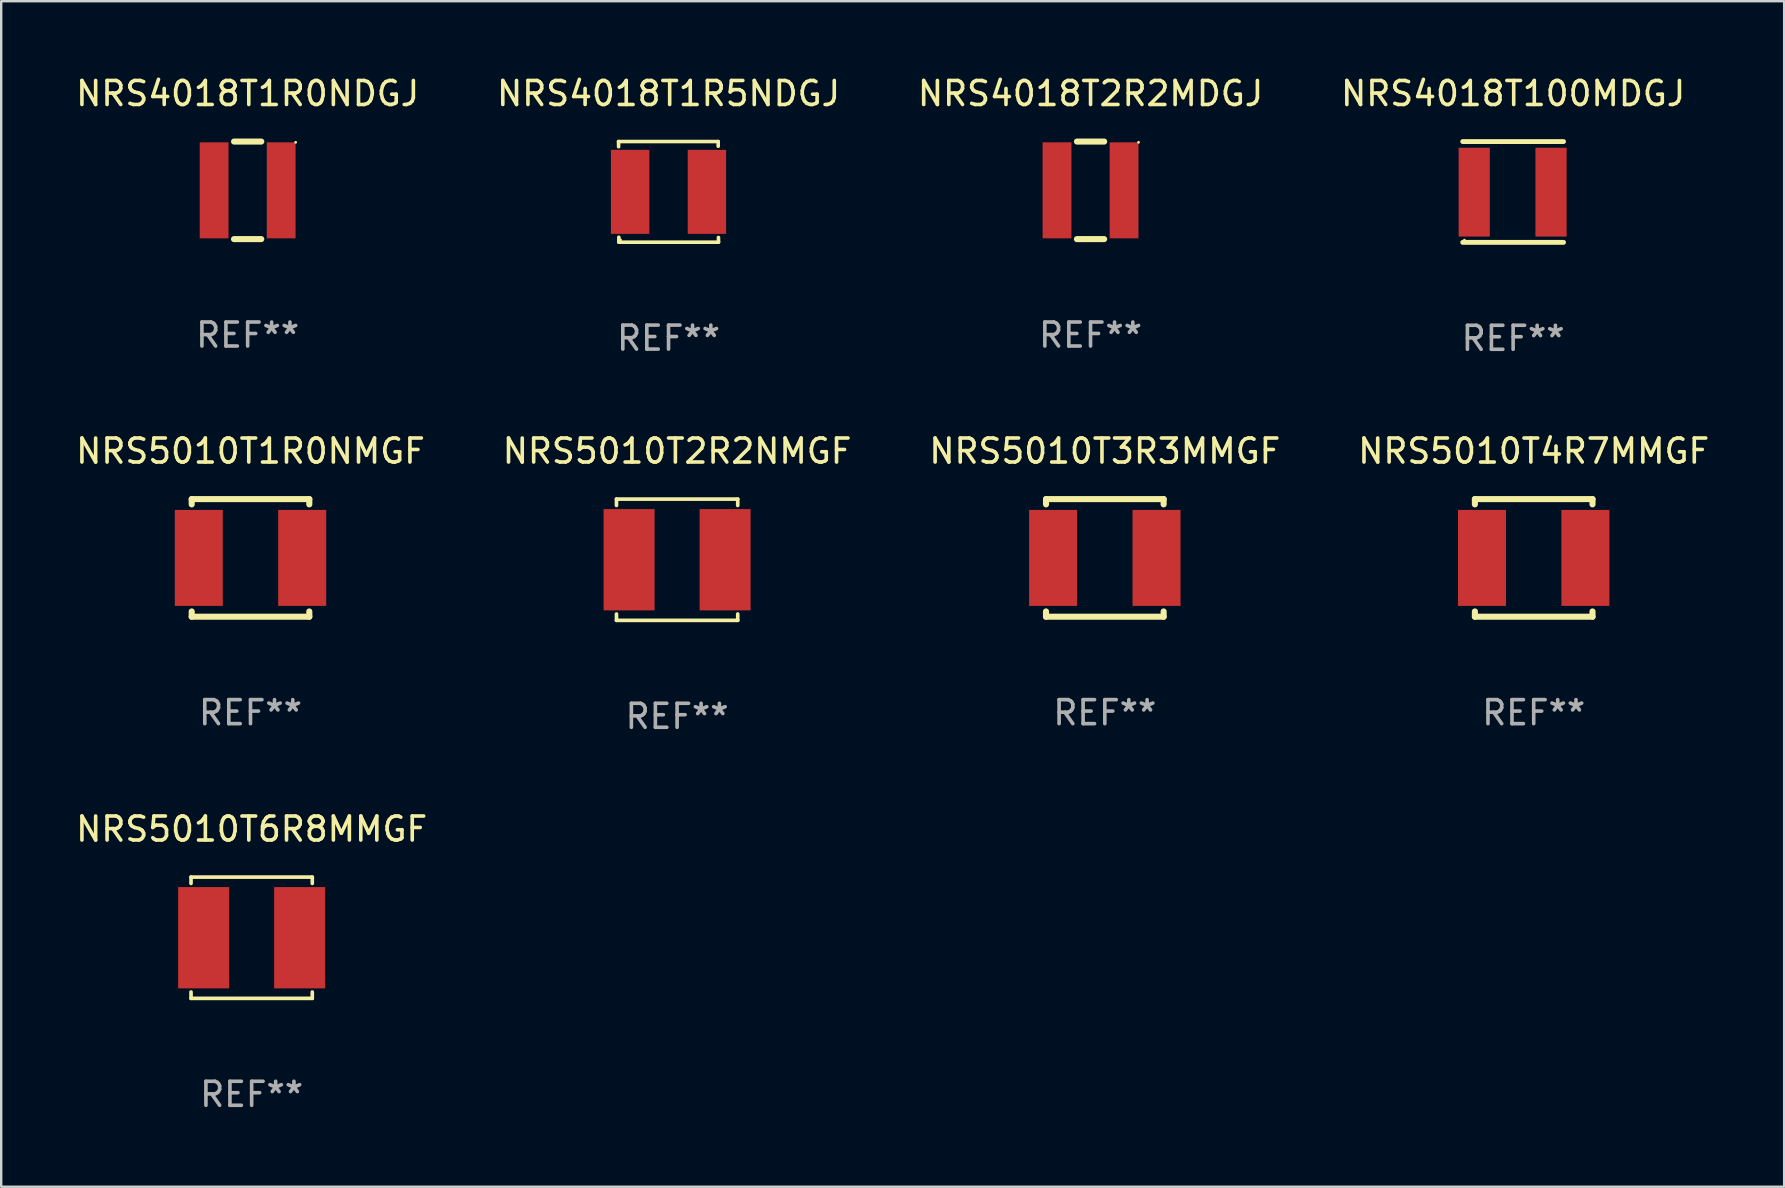
<source format=kicad_pcb>
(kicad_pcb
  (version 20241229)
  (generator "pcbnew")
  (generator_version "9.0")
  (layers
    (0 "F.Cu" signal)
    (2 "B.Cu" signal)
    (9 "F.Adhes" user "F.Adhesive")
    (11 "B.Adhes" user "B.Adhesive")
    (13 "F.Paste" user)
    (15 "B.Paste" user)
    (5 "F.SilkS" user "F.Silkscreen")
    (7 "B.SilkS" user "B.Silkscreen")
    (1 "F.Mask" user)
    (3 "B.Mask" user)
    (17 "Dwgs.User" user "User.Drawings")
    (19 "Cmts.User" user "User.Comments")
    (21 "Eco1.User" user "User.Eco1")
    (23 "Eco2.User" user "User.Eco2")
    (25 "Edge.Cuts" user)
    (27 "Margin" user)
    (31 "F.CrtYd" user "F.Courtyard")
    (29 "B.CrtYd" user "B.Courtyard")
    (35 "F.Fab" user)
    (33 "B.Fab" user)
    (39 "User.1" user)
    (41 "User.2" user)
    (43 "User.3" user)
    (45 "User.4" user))
  (footprint "NRS5010T4R7MMGF"
    (layer "F.Cu")
    (at 60.851 20.195)
    (property "Reference" "NRS5010T4R7MMGF" (at 0 -4.45 0) (layer "F.SilkS") (effects (font (size 1 1) (thickness 0.15))))
    (attr through_hole)
    (fp_line (start -2.45 -2.45) (end 2.45 -2.45) (stroke (width 0.254) (type solid)) (layer "F.SilkS"))
    (fp_line (start -2.45 -2.231) (end -2.45 -2.45) (stroke (width 0.254) (type solid)) (layer "F.SilkS"))
    (fp_line (start -2.45 2.45) (end -2.45 2.231) (stroke (width 0.254) (type solid)) (layer "F.SilkS"))
    (fp_line (start -2.45 2.45) (end 2.45 2.45) (stroke (width 0.254) (type solid)) (layer "F.SilkS"))
    (fp_line (start 2.45 -2.45) (end 2.45 -2.231) (stroke (width 0.254) (type solid)) (layer "F.SilkS"))
    (fp_line (start 2.45 2.231) (end 2.45 2.45) (stroke (width 0.254) (type solid)) (layer "F.SilkS"))
    (fp_circle (center -2.45 2.45) (end -2.42 2.45) (stroke (width 0.06) (type solid)) (fill no) (layer "F.SilkS"))
    (fp_text user "REF**" (at 0 6.45 0) (layer "F.Fab") (effects (font (size 1 1) (thickness 0.15))))
    (pad "1" smd rect (at -2.154 0) (size 2 4) (layers "F.Cu" "F.Mask" "F.Paste"))
    (pad "2" smd rect (at 2.154 0) (size 2 4) (layers "F.Cu" "F.Mask" "F.Paste")))
  (footprint "NRS5010T2R2NMGF"
    (layer "F.Cu")
    (at 25.161 20.271)
    (property "Reference" "NRS5010T2R2NMGF" (at 0 -4.526 0) (layer "F.SilkS") (effects (font (size 1 1) (thickness 0.15))))
    (attr through_hole)
    (fp_line (start -2.526 -2.526) (end 2.526 -2.526) (stroke (width 0.152) (type solid)) (layer "F.SilkS"))
    (fp_line (start -2.526 -2.262) (end -2.526 -2.526) (stroke (width 0.152) (type solid)) (layer "F.SilkS"))
    (fp_line (start -2.526 2.262) (end -2.526 2.526) (stroke (width 0.152) (type solid)) (layer "F.SilkS"))
    (fp_line (start -2.526 2.526) (end 2.526 2.526) (stroke (width 0.152) (type solid)) (layer "F.SilkS"))
    (fp_line (start 2.526 -2.526) (end 2.526 -2.262) (stroke (width 0.152) (type solid)) (layer "F.SilkS"))
    (fp_line (start 2.526 2.526) (end 2.526 2.262) (stroke (width 0.152) (type solid)) (layer "F.SilkS"))
    (fp_circle (center 2.5 -2.5) (end 2.53 -2.5) (stroke (width 0.06) (type solid)) (fill no) (layer "F.SilkS"))
    (fp_text user "REF**" (at 0 6.526 0) (layer "F.Fab") (effects (font (size 1 1) (thickness 0.15))))
    (pad "1" smd rect (at 2 0) (size 2.124 4.22) (layers "F.Cu" "F.Mask" "F.Paste"))
    (pad "2" smd rect (at -2 0) (size 2.124 4.22) (layers "F.Cu" "F.Mask" "F.Paste")))
  (footprint "NRS5010T1R0NMGF"
    (layer "F.Cu")
    (at 7.387 20.195)
    (property "Reference" "NRS5010T1R0NMGF" (at 0 -4.45 0) (layer "F.SilkS") (effects (font (size 1 1) (thickness 0.15))))
    (attr through_hole)
    (fp_line (start -2.45 -2.45) (end 2.45 -2.45) (stroke (width 0.254) (type solid)) (layer "F.SilkS"))
    (fp_line (start -2.45 -2.231) (end -2.45 -2.45) (stroke (width 0.254) (type solid)) (layer "F.SilkS"))
    (fp_line (start -2.45 2.45) (end -2.45 2.231) (stroke (width 0.254) (type solid)) (layer "F.SilkS"))
    (fp_line (start -2.45 2.45) (end 2.45 2.45) (stroke (width 0.254) (type solid)) (layer "F.SilkS"))
    (fp_line (start 2.45 -2.45) (end 2.45 -2.231) (stroke (width 0.254) (type solid)) (layer "F.SilkS"))
    (fp_line (start 2.45 2.231) (end 2.45 2.45) (stroke (width 0.254) (type solid)) (layer "F.SilkS"))
    (fp_circle (center -2.45 2.45) (end -2.42 2.45) (stroke (width 0.06) (type solid)) (fill no) (layer "F.SilkS"))
    (fp_text user "REF**" (at 0 6.45 0) (layer "F.Fab") (effects (font (size 1 1) (thickness 0.15))))
    (pad "1" smd rect (at -2.154 0) (size 2 4) (layers "F.Cu" "F.Mask" "F.Paste"))
    (pad "2" smd rect (at 2.154 0) (size 2 4) (layers "F.Cu" "F.Mask" "F.Paste")))
  (footprint "NRS4018T1R0NDGJ"
    (layer "F.Cu")
    (at 7.268 4.88)
    (property "Reference" "NRS4018T1R0NDGJ" (at 0 -4.032 0) (layer "F.SilkS") (effects (font (size 1 1) (thickness 0.15))))
    (attr through_hole)
    (fp_line (start -0.568 2.032) (end 0.566 2.032) (stroke (width 0.254) (type solid)) (layer "F.SilkS"))
    (fp_line (start -0.566 -2.032) (end 0.568 -2.032) (stroke (width 0.254) (type solid)) (layer "F.SilkS"))
    (fp_circle (center 2 -2) (end 2.03 -2) (stroke (width 0.06) (type solid)) (fill no) (layer "F.SilkS"))
    (fp_text user "REF**" (at 0 6.032 0) (layer "F.Fab") (effects (font (size 1 1) (thickness 0.15))))
    (pad "1" smd rect (at 1.397 0) (size 1.2 4) (layers "F.Cu" "F.Mask" "F.Paste"))
    (pad "2" smd rect (at -1.397 0) (size 1.2 4) (layers "F.Cu" "F.Mask" "F.Paste")))
  (footprint "NRS4018T100MDGJ"
    (layer "F.Cu")
    (at 59.994 4.948)
    (property "Reference" "NRS4018T100MDGJ" (at 0 -4.1 0) (layer "F.SilkS") (effects (font (size 1 1) (thickness 0.15))))
    (attr through_hole)
    (fp_line (start -2.1 -2.1) (end 2.1 -2.1) (stroke (width 0.203) (type solid)) (layer "F.SilkS"))
    (fp_line (start -2.1 2.1) (end 2.1 2.1) (stroke (width 0.203) (type solid)) (layer "F.SilkS"))
    (fp_circle (center -2.03 2.008) (end -2 2.008) (stroke (width 0.06) (type solid)) (fill no) (layer "F.SilkS"))
    (fp_text user "REF**" (at 0 6.1 0) (layer "F.Fab") (effects (font (size 1 1) (thickness 0.15))))
    (pad "1" smd rect (at -1.621 0.008 90) (size 3.7 1.3) (layers "F.Cu" "F.Mask" "F.Paste"))
    (pad "2" smd rect (at 1.579 0.008 90) (size 3.7 1.3) (layers "F.Cu" "F.Mask" "F.Paste")))
  (footprint "NRS4018T1R5NDGJ"
    (layer "F.Cu")
    (at 24.804 4.944)
    (property "Reference" "NRS4018T1R5NDGJ" (at 0 -4.096 0) (layer "F.SilkS") (effects (font (size 1 1) (thickness 0.15))))
    (attr through_hole)
    (fp_line (start -2.083 -2.096) (end -2.08 -1.88) (stroke (width 0.15) (type solid)) (layer "F.SilkS"))
    (fp_line (start -2.07 1.89) (end -2.07 2.096) (stroke (width 0.15) (type solid)) (layer "F.SilkS"))
    (fp_line (start -2.07 2.096) (end 2.083 2.096) (stroke (width 0.15) (type solid)) (layer "F.SilkS"))
    (fp_line (start 2.07 -1.9) (end 2.07 -2.096) (stroke (width 0.15) (type solid)) (layer "F.SilkS"))
    (fp_line (start 2.07 -2.096) (end -2.083 -2.096) (stroke (width 0.15) (type solid)) (layer "F.SilkS"))
    (fp_line (start 2.083 2.096) (end 2.08 1.9) (stroke (width 0.15) (type solid)) (layer "F.SilkS"))
    (fp_circle (center -2 2) (end -1.97 2) (stroke (width 0.06) (type solid)) (fill no) (layer "F.SilkS"))
    (fp_text user "REF**" (at 0 6.096 0) (layer "F.Fab") (effects (font (size 1 1) (thickness 0.15))))
    (pad "1" smd rect (at -1.6 -0.000343) (size 1.6 3.5) (layers "F.Cu" "F.Mask" "F.Paste"))
    (pad "2" smd rect (at 1.6 -0.000343) (size 1.6 3.5) (layers "F.Cu" "F.Mask" "F.Paste")))
  (footprint "NRS5010T3R3MMGF"
    (layer "F.Cu")
    (at 42.982 20.195)
    (property "Reference" "NRS5010T3R3MMGF" (at 0 -4.45 0) (layer "F.SilkS") (effects (font (size 1 1) (thickness 0.15))))
    (attr through_hole)
    (fp_line (start -2.45 -2.45) (end 2.45 -2.45) (stroke (width 0.254) (type solid)) (layer "F.SilkS"))
    (fp_line (start -2.45 -2.231) (end -2.45 -2.45) (stroke (width 0.254) (type solid)) (layer "F.SilkS"))
    (fp_line (start -2.45 2.45) (end -2.45 2.231) (stroke (width 0.254) (type solid)) (layer "F.SilkS"))
    (fp_line (start -2.45 2.45) (end 2.45 2.45) (stroke (width 0.254) (type solid)) (layer "F.SilkS"))
    (fp_line (start 2.45 -2.45) (end 2.45 -2.231) (stroke (width 0.254) (type solid)) (layer "F.SilkS"))
    (fp_line (start 2.45 2.231) (end 2.45 2.45) (stroke (width 0.254) (type solid)) (layer "F.SilkS"))
    (fp_circle (center -2.45 2.45) (end -2.42 2.45) (stroke (width 0.06) (type solid)) (fill no) (layer "F.SilkS"))
    (fp_text user "REF**" (at 0 6.45 0) (layer "F.Fab") (effects (font (size 1 1) (thickness 0.15))))
    (pad "1" smd rect (at -2.154 0) (size 2 4) (layers "F.Cu" "F.Mask" "F.Paste"))
    (pad "2" smd rect (at 2.154 0) (size 2 4) (layers "F.Cu" "F.Mask" "F.Paste")))
  (footprint "NRS5010T6R8MMGF"
    (layer "F.Cu")
    (at 7.435 36.02)
    (property "Reference" "NRS5010T6R8MMGF" (at 0 -4.526 0) (layer "F.SilkS") (effects (font (size 1 1) (thickness 0.15))))
    (attr through_hole)
    (fp_line (start -2.526 -2.526) (end 2.526 -2.526) (stroke (width 0.152) (type solid)) (layer "F.SilkS"))
    (fp_line (start -2.526 -2.262) (end -2.526 -2.526) (stroke (width 0.152) (type solid)) (layer "F.SilkS"))
    (fp_line (start -2.526 2.262) (end -2.526 2.526) (stroke (width 0.152) (type solid)) (layer "F.SilkS"))
    (fp_line (start -2.526 2.526) (end 2.526 2.526) (stroke (width 0.152) (type solid)) (layer "F.SilkS"))
    (fp_line (start 2.526 -2.526) (end 2.526 -2.262) (stroke (width 0.152) (type solid)) (layer "F.SilkS"))
    (fp_line (start 2.526 2.526) (end 2.526 2.262) (stroke (width 0.152) (type solid)) (layer "F.SilkS"))
    (fp_circle (center 2.5 -2.5) (end 2.53 -2.5) (stroke (width 0.06) (type solid)) (fill no) (layer "F.SilkS"))
    (fp_text user "REF**" (at 0 6.526 0) (layer "F.Fab") (effects (font (size 1 1) (thickness 0.15))))
    (pad "1" smd rect (at 2 0) (size 2.124 4.22) (layers "F.Cu" "F.Mask" "F.Paste"))
    (pad "2" smd rect (at -2 0) (size 2.124 4.22) (layers "F.Cu" "F.Mask" "F.Paste")))
  (footprint "NRS4018T2R2MDGJ"
    (layer "F.Cu")
    (at 42.387 4.88)
    (property "Reference" "NRS4018T2R2MDGJ" (at 0 -4.032 0) (layer "F.SilkS") (effects (font (size 1 1) (thickness 0.15))))
    (attr through_hole)
    (fp_line (start -0.568 2.032) (end 0.566 2.032) (stroke (width 0.254) (type solid)) (layer "F.SilkS"))
    (fp_line (start -0.566 -2.032) (end 0.568 -2.032) (stroke (width 0.254) (type solid)) (layer "F.SilkS"))
    (fp_circle (center 2 -2) (end 2.03 -2) (stroke (width 0.06) (type solid)) (fill no) (layer "F.SilkS"))
    (fp_text user "REF**" (at 0 6.032 0) (layer "F.Fab") (effects (font (size 1 1) (thickness 0.15))))
    (pad "1" smd rect (at 1.397 0) (size 1.2 4) (layers "F.Cu" "F.Mask" "F.Paste"))
    (pad "2" smd rect (at -1.397 0) (size 1.2 4) (layers "F.Cu" "F.Mask" "F.Paste")))
  (gr_rect
    (start -3 -3)
    (end 71.286 46.394)
    (stroke (width 0.1) (type default))
    (fill no)
    (layer "Edge.Cuts")))
</source>
